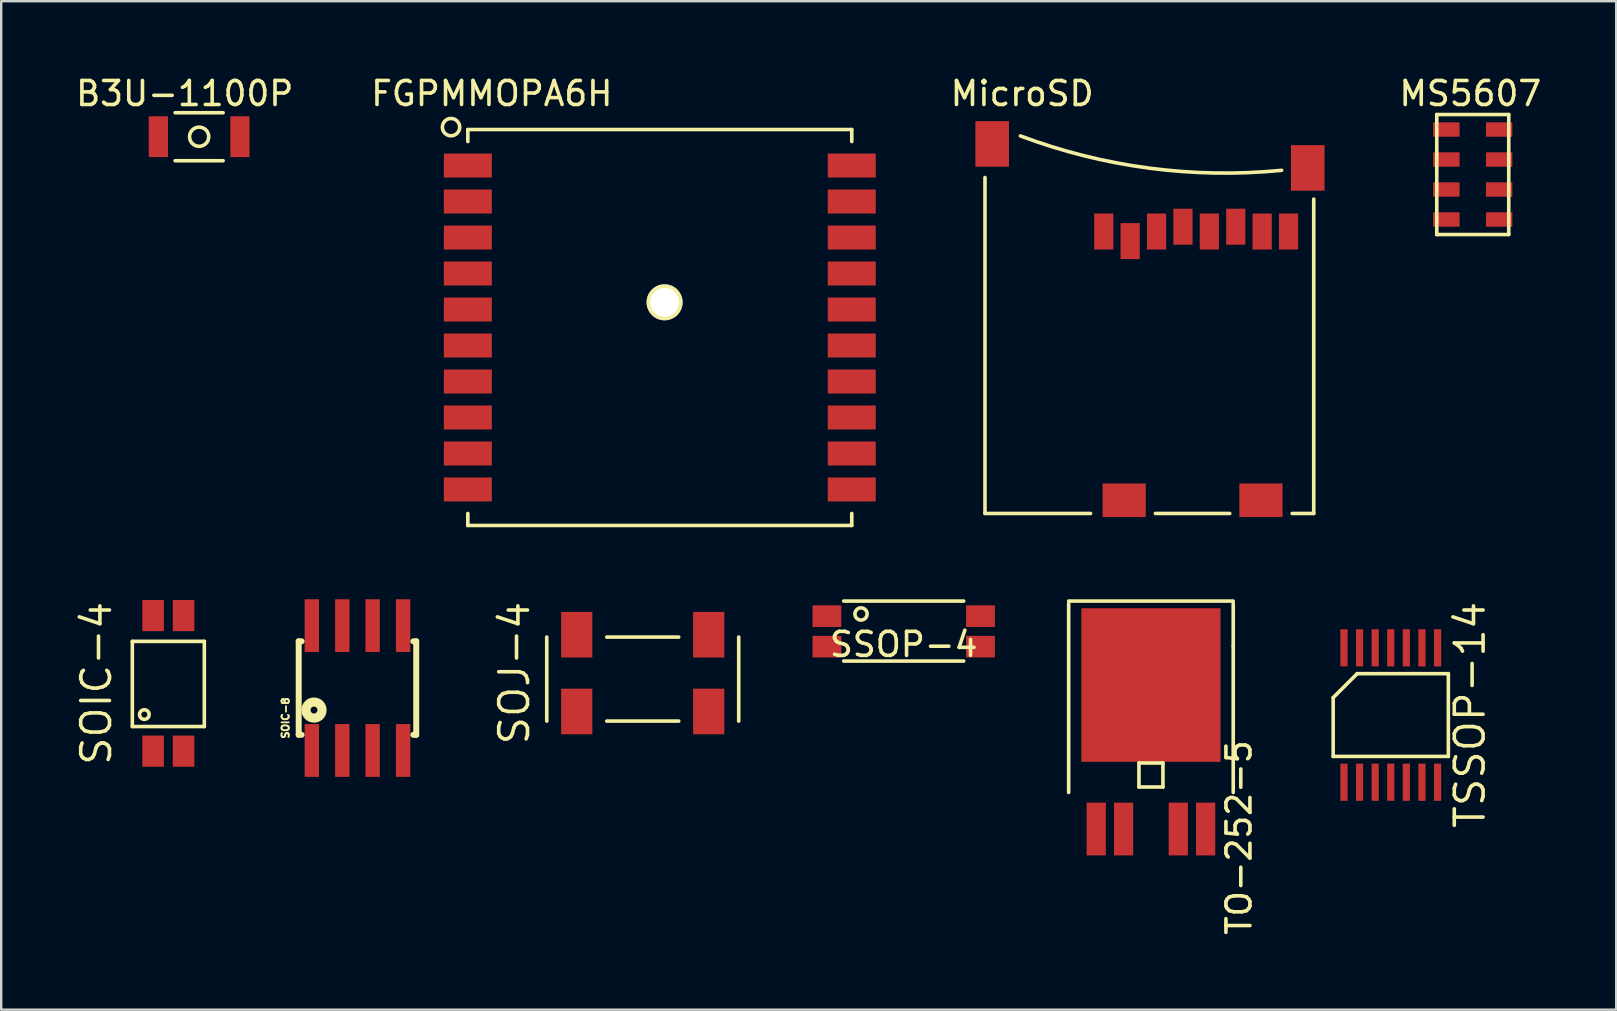
<source format=kicad_pcb>
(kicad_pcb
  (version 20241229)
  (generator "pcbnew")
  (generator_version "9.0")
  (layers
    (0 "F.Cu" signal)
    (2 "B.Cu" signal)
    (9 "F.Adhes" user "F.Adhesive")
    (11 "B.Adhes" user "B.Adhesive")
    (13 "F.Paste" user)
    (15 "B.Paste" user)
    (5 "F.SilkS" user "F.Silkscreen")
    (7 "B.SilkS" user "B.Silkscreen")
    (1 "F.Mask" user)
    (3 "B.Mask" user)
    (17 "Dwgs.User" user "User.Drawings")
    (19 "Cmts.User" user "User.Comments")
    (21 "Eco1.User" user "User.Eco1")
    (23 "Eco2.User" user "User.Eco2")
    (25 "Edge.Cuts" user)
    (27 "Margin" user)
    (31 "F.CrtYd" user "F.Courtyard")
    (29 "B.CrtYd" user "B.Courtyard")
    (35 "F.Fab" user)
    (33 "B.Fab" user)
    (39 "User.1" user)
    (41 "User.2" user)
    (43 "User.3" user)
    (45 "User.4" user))
  (footprint "SOIC-4"
    (layer "F.Cu")
    (at 3.965 25.428)
    (property "Reference" "SOIC-4" (at -3 0 90) (layer "F.SilkS") (effects (font (size 1.2 1.2) (thickness 0.15))))
    (attr through_hole)
    (fp_line (start -1.5 -1.75) (end 1.5 -1.75) (stroke (width 0.15) (type solid)) (layer "F.SilkS"))
    (fp_line (start -1.5 1.8) (end -1.5 -1.75) (stroke (width 0.15) (type solid)) (layer "F.SilkS"))
    (fp_line (start 1.5 -1.75) (end 1.5 1.8) (stroke (width 0.15) (type solid)) (layer "F.SilkS"))
    (fp_line (start 1.5 1.8) (end -1.5 1.8) (stroke (width 0.15) (type solid)) (layer "F.SilkS"))
    (fp_circle (center -1 1.3) (end -0.8 1.3) (stroke (width 0.15) (type solid)) (fill no) (layer "F.SilkS"))
    (pad "1" smd rect (at -0.635 2.825) (size 0.9 1.3) (layers "F.Cu" "F.Mask" "F.Paste"))
    (pad "2" smd rect (at 0.635 2.825) (size 0.9 1.3) (layers "F.Cu" "F.Mask" "F.Paste"))
    (pad "3" smd rect (at 0.635 -2.825) (size 0.9 1.3) (layers "F.Cu" "F.Mask" "F.Paste"))
    (pad "4" smd rect (at -0.635 -2.825) (size 0.9 1.3) (layers "F.Cu" "F.Mask" "F.Paste")))
  (footprint "SSOP-4"
    (layer "F.Cu")
    (at 34.61 23.298)
    (property "Reference" "SSOP-4" (at 0 0.508 0) (layer "F.SilkS") (effects (font (size 1 1) (thickness 0.15))))
    (attr through_hole)
    (fp_line (start -2.5 -1.3) (end 2.5 -1.3) (stroke (width 0.15) (type solid)) (layer "F.SilkS"))
    (fp_line (start -2.5 1.2) (end 2.5 1.2) (stroke (width 0.15) (type solid)) (layer "F.SilkS"))
    (fp_circle (center -1.778 -0.762) (end -1.524 -0.762) (stroke (width 0.15) (type solid)) (fill no) (layer "F.SilkS"))
    (pad "1" smd rect (at -3.2 -0.67) (size 1.2 0.9) (layers "F.Cu" "F.Mask" "F.Paste"))
    (pad "2" smd rect (at -3.2 0.6) (size 1.2 0.9) (layers "F.Cu" "F.Mask" "F.Paste"))
    (pad "3" smd rect (at 3.2 0.6) (size 1.2 0.9) (layers "F.Cu" "F.Mask" "F.Paste"))
    (pad "4" smd rect (at 3.2 -0.67) (size 1.2 0.9) (layers "F.Cu" "F.Mask" "F.Paste")))
  (footprint "SOIC-8"
    (layer "F.Cu")
    (at 11.847 25.624)
    (property "Reference" "SOIC-8" (at -3 1.25 90) (layer "F.SilkS") (effects (font (size 0.3 0.3) (thickness 0.076))))
    (attr through_hole)
    (fp_line (start -2.449 -1.948) (end -2.449 1.948) (stroke (width 0.249) (type solid)) (layer "F.SilkS"))
    (fp_line (start -2.449 -1.948) (end -2.329 -1.948) (stroke (width 0.249) (type solid)) (layer "F.SilkS"))
    (fp_line (start -2.449 1.948) (end -2.329 1.948) (stroke (width 0.249) (type solid)) (layer "F.SilkS"))
    (fp_line (start 2.329 -1.948) (end 2.449 -1.948) (stroke (width 0.249) (type solid)) (layer "F.SilkS"))
    (fp_line (start 2.329 1.948) (end 2.449 1.948) (stroke (width 0.249) (type solid)) (layer "F.SilkS"))
    (fp_line (start 2.449 -1.948) (end 2.449 1.948) (stroke (width 0.249) (type solid)) (layer "F.SilkS"))
    (fp_circle (center -1.811 0.917) (end -1.737 1.041) (stroke (width 0.381) (type solid)) (fill no) (layer "F.SilkS"))
    (pad "1" smd rect (at -1.902 2.601 180) (size 0.599 2.2) (layers "F.Cu" "F.Mask" "F.Paste"))
    (pad "2" smd rect (at -0.632 2.601 180) (size 0.599 2.2) (layers "F.Cu" "F.Mask" "F.Paste"))
    (pad "3" smd rect (at 0.632 2.601 180) (size 0.599 2.2) (layers "F.Cu" "F.Mask" "F.Paste"))
    (pad "4" smd rect (at 1.902 2.601 180) (size 0.599 2.2) (layers "F.Cu" "F.Mask" "F.Paste"))
    (pad "5" smd rect (at 1.902 -2.601) (size 0.599 2.2) (layers "F.Cu" "F.Mask" "F.Paste"))
    (pad "6" smd rect (at 0.632 -2.601) (size 0.599 2.2) (layers "F.Cu" "F.Mask" "F.Paste"))
    (pad "7" smd rect (at -0.632 -2.601) (size 0.599 2.2) (layers "F.Cu" "F.Mask" "F.Paste"))
    (pad "8" smd rect (at -1.902 -2.601) (size 0.599 2.2) (layers "F.Cu" "F.Mask" "F.Paste")))
  (footprint "TO-252-5"
    (layer "F.Cu")
    (at 44.914 25.498)
    (property "Reference" "TO-252-5" (at 3.67 6.355 90) (layer "F.SilkS") (effects (font (size 1 1) (thickness 0.15))))
    (attr smd)
    (fp_line (start -3.429 -3.5) (end 3.429 -3.5) (stroke (width 0.15) (type solid)) (layer "F.SilkS"))
    (fp_line (start -3.429 4.476) (end -3.429 -3.398) (stroke (width 0.15) (type solid)) (layer "F.SilkS"))
    (fp_line (start -0.5 3.25) (end 0.5 3.25) (stroke (width 0.15) (type solid)) (layer "F.SilkS"))
    (fp_line (start -0.5 4.25) (end -0.5 3.25) (stroke (width 0.15) (type solid)) (layer "F.SilkS"))
    (fp_line (start 0.5 3.25) (end 0.5 4.25) (stroke (width 0.15) (type solid)) (layer "F.SilkS"))
    (fp_line (start 0.5 4.25) (end -0.5 4.25) (stroke (width 0.15) (type solid)) (layer "F.SilkS"))
    (fp_line (start 3.429 -3.398) (end 3.429 -1.62) (stroke (width 0.15) (type solid)) (layer "F.SilkS"))
    (fp_line (start 3.429 -1.62) (end 3.429 4.476) (stroke (width 0.15) (type solid)) (layer "F.SilkS"))
    (pad "1" smd rect (at -2.28 6) (size 0.8 2.2) (layers "F.Cu" "F.Mask" "F.Paste"))
    (pad "2" smd rect (at -1.14 6) (size 0.8 2.2) (layers "F.Cu" "F.Mask" "F.Paste"))
    (pad "3" smd rect (at 0 0) (size 5.8 6.4) (layers "F.Cu" "F.Mask" "F.Paste"))
    (pad "4" smd rect (at 1.14 6) (size 0.8 2.2) (layers "F.Cu" "F.Mask" "F.Paste"))
    (pad "5" smd rect (at 2.28 6) (size 0.8 2.2) (layers "F.Cu" "F.Mask" "F.Paste")))
  (footprint "MicroSD"
    (layer "F.Cu")
    (at 38.998 2.948)
    (property "Reference" "MicroSD" (at 0.55 -2.1 0) (layer "F.SilkS") (effects (font (size 1 1) (thickness 0.15))))
    (attr through_hole)
    (fp_line (start -1 15.4) (end -1 1.4) (stroke (width 0.15) (type solid)) (layer "F.SilkS"))
    (fp_line (start 3.4 15.4) (end -1 15.4) (stroke (width 0.15) (type solid)) (layer "F.SilkS"))
    (fp_line (start 6.1 15.4) (end 9.2 15.4) (stroke (width 0.15) (type solid)) (layer "F.SilkS"))
    (fp_line (start 11.8 15.4) (end 12.7 15.4) (stroke (width 0.15) (type solid)) (layer "F.SilkS"))
    (fp_line (start 12.7 15.4) (end 12.7 2.3) (stroke (width 0.15) (type solid)) (layer "F.SilkS"))
    (fp_arc (start 11.362807 1.1) (mid 5.836958 1.008117) (end 0.47574 -0.333815) (stroke (width 0.15) (type solid)) (layer "F.SilkS"))
    (pad "1" smd rect (at 3.95 3.65) (size 0.8 1.5) (layers "F.Cu" "F.Mask" "F.Paste"))
    (pad "2" smd rect (at 5.05 4.05) (size 0.8 1.5) (layers "F.Cu" "F.Mask" "F.Paste"))
    (pad "3" smd rect (at 6.15 3.65) (size 0.8 1.5) (layers "F.Cu" "F.Mask" "F.Paste"))
    (pad "4" smd rect (at 7.25 3.45) (size 0.8 1.5) (layers "F.Cu" "F.Mask" "F.Paste"))
    (pad "5" smd rect (at 8.35 3.65) (size 0.8 1.5) (layers "F.Cu" "F.Mask" "F.Paste"))
    (pad "6" smd rect (at 9.45 3.45) (size 0.8 1.5) (layers "F.Cu" "F.Mask" "F.Paste"))
    (pad "7" smd rect (at 10.55 3.65) (size 0.8 1.5) (layers "F.Cu" "F.Mask" "F.Paste"))
    (pad "8" smd rect (at 11.65 3.65) (size 0.8 1.5) (layers "F.Cu" "F.Mask" "F.Paste"))
    (pad "~" smd rect (at -0.7 0) (size 1.4 1.9) (layers "F.Cu" "F.Mask" "F.Paste"))
    (pad "~" smd rect (at 4.8 14.85) (size 1.8 1.4) (layers "F.Cu" "F.Mask" "F.Paste"))
    (pad "~" smd rect (at 10.5 14.85) (size 1.8 1.4) (layers "F.Cu" "F.Mask" "F.Paste"))
    (pad "~" smd rect (at 12.45 1) (size 1.4 1.9) (layers "F.Cu" "F.Mask" "F.Paste")))
  (footprint "B3U-1100P"
    (layer "F.Cu")
    (at 5.249 2.648)
    (property "Reference" "B3U-1100P" (at -0.6 -1.8 0) (layer "F.SilkS") (effects (font (size 1 1) (thickness 0.15))))
    (attr through_hole)
    (fp_line (start -1 -1) (end 1 -1) (stroke (width 0.15) (type solid)) (layer "F.SilkS"))
    (fp_line (start -1 1) (end 1 1) (stroke (width 0.15) (type solid)) (layer "F.SilkS"))
    (fp_circle (center 0 0) (end 0.4 0) (stroke (width 0.15) (type solid)) (fill no) (layer "F.SilkS"))
    (pad "1" smd rect (at -1.7 0) (size 0.8 1.7) (layers "F.Cu" "F.Mask" "F.Paste"))
    (pad "2" smd rect (at 1.7 0) (size 0.8 1.7) (layers "F.Cu" "F.Mask" "F.Paste")))
  (footprint "SOJ-4"
    (layer "F.Cu")
    (at 23.735 25)
    (property "Reference" "SOJ-4" (at -5.35 0 90) (layer "F.SilkS") (effects (font (size 1.2 1.2) (thickness 0.15))))
    (attr through_hole)
    (fp_line (start -4 -1.5) (end -4 2) (stroke (width 0.15) (type solid)) (layer "F.SilkS"))
    (fp_line (start -1.5 -1.5) (end 1.5 -1.5) (stroke (width 0.15) (type solid)) (layer "F.SilkS"))
    (fp_line (start -1.5 2) (end 1.5 2) (stroke (width 0.15) (type solid)) (layer "F.SilkS"))
    (fp_line (start 4 2) (end 4 -1.5) (stroke (width 0.15) (type solid)) (layer "F.SilkS"))
    (pad "1" smd rect (at -2.75 1.6) (size 1.3 1.9) (layers "F.Cu" "F.Mask" "F.Paste"))
    (pad "2" smd rect (at -2.75 -1.6) (size 1.3 1.9) (layers "F.Cu" "F.Mask" "F.Paste"))
    (pad "3" smd rect (at 2.75 1.6) (size 1.3 1.9) (layers "F.Cu" "F.Mask" "F.Paste"))
    (pad "4" smd rect (at 2.75 -1.6) (size 1.3 1.9) (layers "F.Cu" "F.Mask" "F.Paste")))
  (footprint "FGPMMOPA6H"
    (layer "F.Cu")
    (at 16.446 2.348)
    (property "Reference" "FGPMMOPA6H" (at 1 -1.5 0) (layer "F.SilkS") (effects (font (size 1 1) (thickness 0.15))))
    (attr through_hole)
    (fp_line (start 0 0) (end 0 0.5) (stroke (width 0.15) (type solid)) (layer "F.SilkS"))
    (fp_line (start 0 0) (end 16 0) (stroke (width 0.15) (type solid)) (layer "F.SilkS"))
    (fp_line (start 0 16) (end 0 16.5) (stroke (width 0.15) (type solid)) (layer "F.SilkS"))
    (fp_line (start 0 16.5) (end 16 16.5) (stroke (width 0.15) (type solid)) (layer "F.SilkS"))
    (fp_line (start 16 0) (end 16 0.5) (stroke (width 0.15) (type solid)) (layer "F.SilkS"))
    (fp_line (start 16 16.5) (end 16 16) (stroke (width 0.15) (type solid)) (layer "F.SilkS"))
    (fp_circle (center -0.7 -0.1) (end -0.4 -0.3) (stroke (width 0.15) (type solid)) (fill no) (layer "F.SilkS"))
    (pad "" np_thru_hole circle (at 8.2 7.2) (size 1.5 1.5) (drill 1.2) (layers "*.Cu" "*.Mask" "F.SilkS"))
    (pad "1" smd rect (at 0 1.5) (size 2 1) (layers "F.Cu" "F.Mask" "F.Paste"))
    (pad "2" smd rect (at 0 3) (size 2 1) (layers "F.Cu" "F.Mask" "F.Paste"))
    (pad "3" smd rect (at 0 4.5) (size 2 1) (layers "F.Cu" "F.Mask" "F.Paste"))
    (pad "4" smd rect (at 0 6) (size 2 1) (layers "F.Cu" "F.Mask" "F.Paste"))
    (pad "5" smd rect (at 0 7.5) (size 2 1) (layers "F.Cu" "F.Mask" "F.Paste"))
    (pad "6" smd rect (at 0 9) (size 2 1) (layers "F.Cu" "F.Mask" "F.Paste"))
    (pad "7" smd rect (at 0 10.5) (size 2 1) (layers "F.Cu" "F.Mask" "F.Paste"))
    (pad "8" smd rect (at 0 12) (size 2 1) (layers "F.Cu" "F.Mask" "F.Paste"))
    (pad "9" smd rect (at 0 13.5) (size 2 1) (layers "F.Cu" "F.Mask" "F.Paste"))
    (pad "10" smd rect (at 0 15) (size 2 1) (layers "F.Cu" "F.Mask" "F.Paste"))
    (pad "11" smd rect (at 16 15) (size 2 1) (layers "F.Cu" "F.Mask" "F.Paste"))
    (pad "12" smd rect (at 16 13.5) (size 2 1) (layers "F.Cu" "F.Mask" "F.Paste"))
    (pad "13" smd rect (at 16 12) (size 2 1) (layers "F.Cu" "F.Mask" "F.Paste"))
    (pad "14" smd rect (at 16 10.5) (size 2 1) (layers "F.Cu" "F.Mask" "F.Paste"))
    (pad "15" smd rect (at 16 9) (size 2 1) (layers "F.Cu" "F.Mask" "F.Paste"))
    (pad "16" smd rect (at 16 7.5) (size 2 1) (layers "F.Cu" "F.Mask" "F.Paste"))
    (pad "17" smd rect (at 16 6) (size 2 1) (layers "F.Cu" "F.Mask" "F.Paste"))
    (pad "18" smd rect (at 16 4.5) (size 2 1) (layers "F.Cu" "F.Mask" "F.Paste"))
    (pad "19" smd rect (at 16 3) (size 2 1) (layers "F.Cu" "F.Mask" "F.Paste"))
    (pad "20" smd rect (at 16 1.5) (size 2 1) (layers "F.Cu" "F.Mask" "F.Paste")))
  (footprint "MS5607"
    (layer "F.Cu")
    (at 57.225 2.348)
    (property "Reference" "MS5607" (at 1 -1.5 0) (layer "F.SilkS") (effects (font (size 1 1) (thickness 0.15))))
    (attr through_hole)
    (fp_line (start -0.4 -0.625) (end 2.6 -0.625) (stroke (width 0.15) (type solid)) (layer "F.SilkS"))
    (fp_line (start -0.4 4.375) (end -0.4 -0.625) (stroke (width 0.15) (type solid)) (layer "F.SilkS"))
    (fp_line (start 2.6 -0.625) (end 2.6 4.375) (stroke (width 0.15) (type solid)) (layer "F.SilkS"))
    (fp_line (start 2.6 4.375) (end -0.4 4.375) (stroke (width 0.15) (type solid)) (layer "F.SilkS"))
    (pad "1" smd rect (at 0 0) (size 1.1 0.6) (layers "F.Cu" "F.Mask" "F.Paste"))
    (pad "2" smd rect (at 0 1.25) (size 1.1 0.6) (layers "F.Cu" "F.Mask" "F.Paste"))
    (pad "3" smd rect (at 0 2.5) (size 1.1 0.6) (layers "F.Cu" "F.Mask" "F.Paste"))
    (pad "4" smd rect (at 0 3.75) (size 1.1 0.6) (layers "F.Cu" "F.Mask" "F.Paste"))
    (pad "5" smd rect (at 2.2 3.75) (size 1.1 0.6) (layers "F.Cu" "F.Mask" "F.Paste"))
    (pad "6" smd rect (at 2.2 2.5) (size 1.1 0.6) (layers "F.Cu" "F.Mask" "F.Paste"))
    (pad "7" smd rect (at 2.2 1.25) (size 1.1 0.6) (layers "F.Cu" "F.Mask" "F.Paste"))
    (pad "8" smd rect (at 2.2 0) (size 1.1 0.6) (layers "F.Cu" "F.Mask" "F.Paste")))
  (footprint "TSSOP-14"
    (layer "F.Cu")
    (at 54.908 26.748)
    (property "Reference" "TSSOP-14" (at 3.3 -0.005 90) (layer "F.SilkS") (effects (font (size 1.2 1.2) (thickness 0.15))))
    (attr through_hole)
    (fp_line (start -2.4 -0.725) (end -2.4 1.725) (stroke (width 0.15) (type solid)) (layer "F.SilkS"))
    (fp_line (start -2.4 1.725) (end 2.4 1.725) (stroke (width 0.15) (type solid)) (layer "F.SilkS"))
    (fp_line (start -1.4 -1.725) (end -2.4 -0.725) (stroke (width 0.15) (type solid)) (layer "F.SilkS"))
    (fp_line (start 2.4 -1.725) (end -1.4 -1.725) (stroke (width 0.15) (type solid)) (layer "F.SilkS"))
    (fp_line (start 2.4 1.725) (end 2.4 -1.725) (stroke (width 0.15) (type solid)) (layer "F.SilkS"))
    (pad "1" smd rect (at -1.95 2.8) (size 0.3 1.55) (layers "F.Cu" "F.Mask" "F.Paste"))
    (pad "2" smd rect (at -1.3 2.8) (size 0.3 1.55) (layers "F.Cu" "F.Mask" "F.Paste"))
    (pad "3" smd rect (at -0.65 2.8) (size 0.3 1.55) (layers "F.Cu" "F.Mask" "F.Paste"))
    (pad "4" smd rect (at 0 2.8) (size 0.3 1.55) (layers "F.Cu" "F.Mask" "F.Paste"))
    (pad "5" smd rect (at 0.65 2.8) (size 0.3 1.55) (layers "F.Cu" "F.Mask" "F.Paste"))
    (pad "6" smd rect (at 1.3 2.8) (size 0.3 1.55) (layers "F.Cu" "F.Mask" "F.Paste"))
    (pad "7" smd rect (at 1.95 2.8) (size 0.3 1.55) (layers "F.Cu" "F.Mask" "F.Paste"))
    (pad "8" smd rect (at 1.95 -2.8) (size 0.3 1.55) (layers "F.Cu" "F.Mask" "F.Paste"))
    (pad "9" smd rect (at 1.3 -2.8) (size 0.3 1.55) (layers "F.Cu" "F.Mask" "F.Paste"))
    (pad "10" smd rect (at 0.65 -2.8) (size 0.3 1.55) (layers "F.Cu" "F.Mask" "F.Paste"))
    (pad "11" smd rect (at 0 -2.8) (size 0.3 1.55) (layers "F.Cu" "F.Mask" "F.Paste"))
    (pad "12" smd rect (at -0.65 -2.8) (size 0.3 1.55) (layers "F.Cu" "F.Mask" "F.Paste"))
    (pad "13" smd rect (at -1.3 -2.8) (size 0.3 1.55) (layers "F.Cu" "F.Mask" "F.Paste"))
    (pad "14" smd rect (at -1.95 -2.8) (size 0.3 1.55) (layers "F.Cu" "F.Mask" "F.Paste")))
  (gr_rect
    (start -3 -3)
    (end 64.302 39.026)
    (stroke (width 0.1) (type default))
    (fill no)
    (layer "Edge.Cuts")))
</source>
